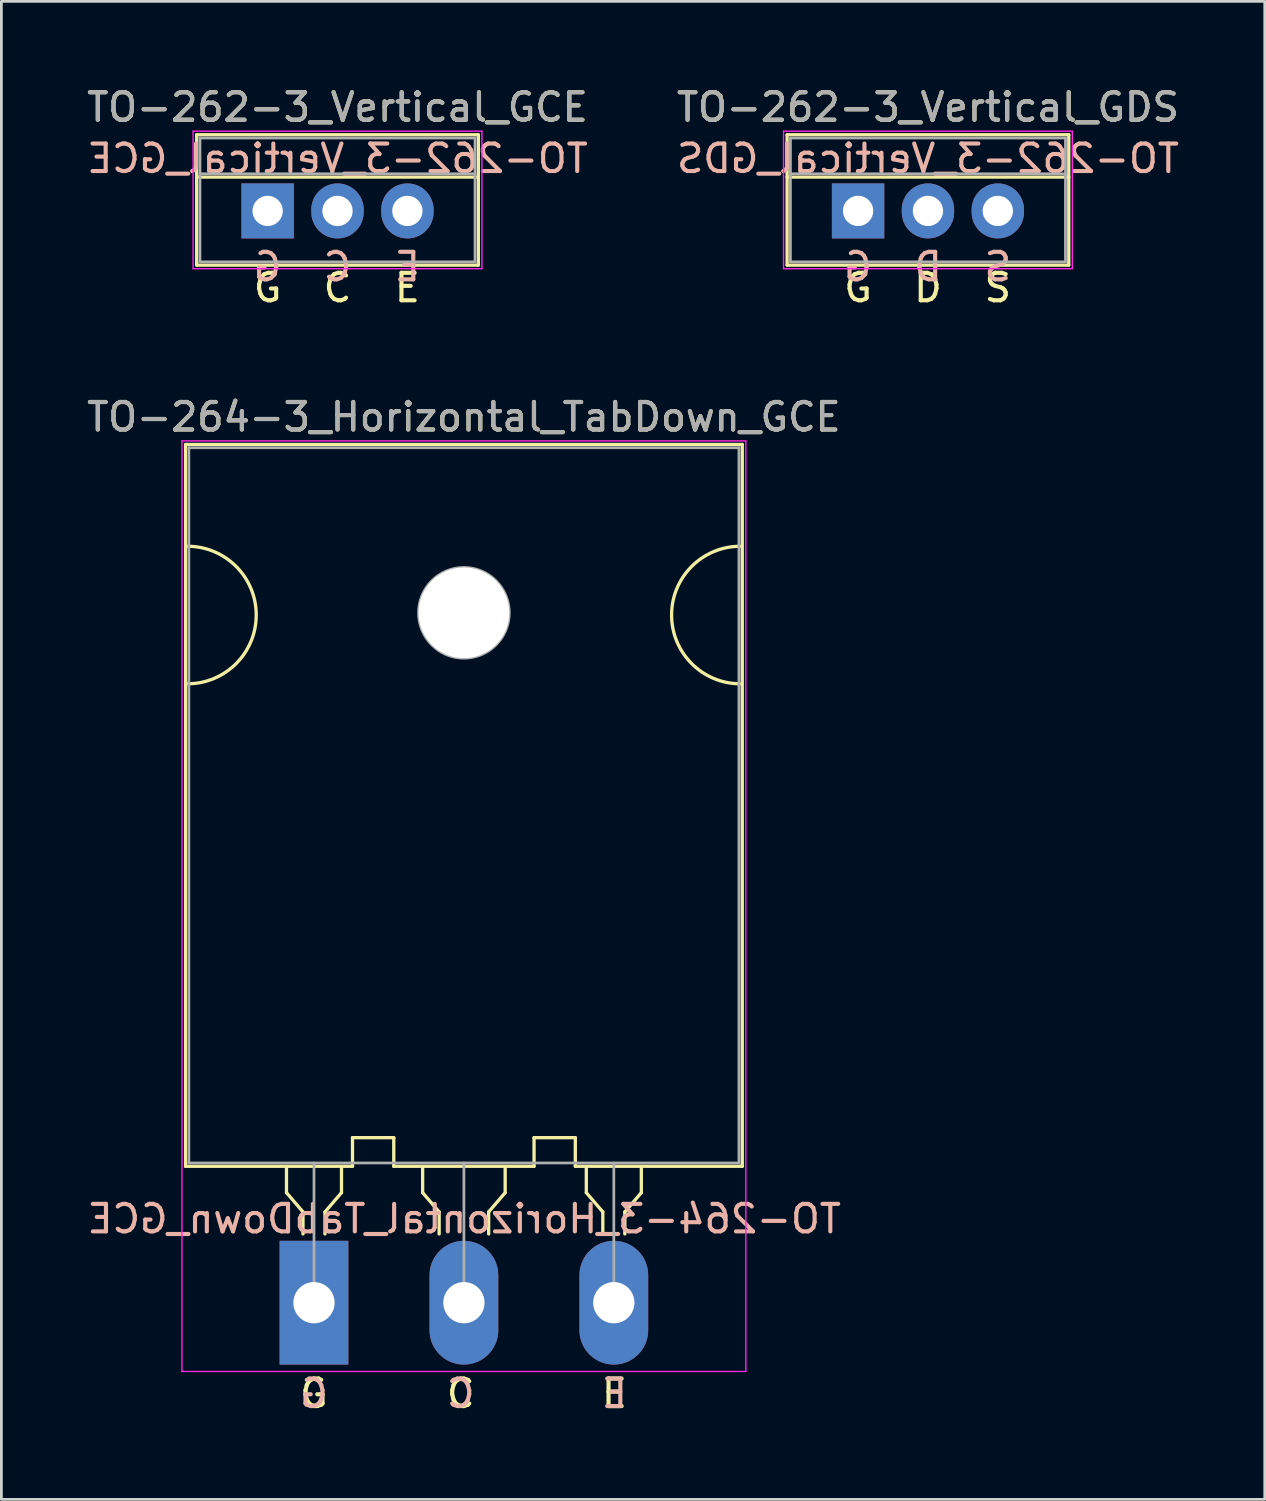
<source format=kicad_pcb>
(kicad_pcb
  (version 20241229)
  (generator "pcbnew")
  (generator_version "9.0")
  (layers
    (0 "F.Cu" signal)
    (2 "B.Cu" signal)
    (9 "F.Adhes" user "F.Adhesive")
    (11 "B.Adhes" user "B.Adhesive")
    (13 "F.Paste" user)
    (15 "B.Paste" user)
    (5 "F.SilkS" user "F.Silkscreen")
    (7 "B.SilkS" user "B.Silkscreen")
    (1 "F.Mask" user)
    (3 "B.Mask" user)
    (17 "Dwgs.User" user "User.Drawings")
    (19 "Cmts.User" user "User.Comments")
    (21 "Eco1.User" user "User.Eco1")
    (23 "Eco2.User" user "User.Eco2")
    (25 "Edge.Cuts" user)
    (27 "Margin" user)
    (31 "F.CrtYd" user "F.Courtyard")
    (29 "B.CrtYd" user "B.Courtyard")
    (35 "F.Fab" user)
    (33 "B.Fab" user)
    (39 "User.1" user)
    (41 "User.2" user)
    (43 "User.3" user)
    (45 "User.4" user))
  (footprint "TO-264-3_Horizontal_TabDown_GCE"
    (layer "F.Cu")
    (at 8.365 44.309)
    (property "Reference" "TO-264-3_Horizontal_TabDown_GCE" (at 5.45 -32.2 0) (layer "F.SilkS") (effects (font (size 1 1) (thickness 0.15))))
    (fp_line (start -4.67 -31.2) (end -4.67 -4.96) (stroke (width 0.12) (type solid)) (layer "F.SilkS"))
    (fp_line (start -4.67 -31.2) (end 15.57 -31.2) (stroke (width 0.12) (type solid)) (layer "F.SilkS"))
    (fp_line (start -4.67 -4.96) (end 1.4 -4.96) (stroke (width 0.12) (type solid)) (layer "F.SilkS"))
    (fp_line (start -1 -4.9) (end -1 -4) (stroke (width 0.12) (type solid)) (layer "F.SilkS"))
    (fp_line (start -1 -4) (end -0.4 -3.3) (stroke (width 0.12) (type solid)) (layer "F.SilkS"))
    (fp_line (start -0.4 -3.3) (end -0.4 -2.5) (stroke (width 0.12) (type solid)) (layer "F.SilkS"))
    (fp_line (start 0.4 -3.3) (end 1 -4) (stroke (width 0.12) (type solid)) (layer "F.SilkS"))
    (fp_line (start 0.4 -2.5) (end 0.4 -3.3) (stroke (width 0.12) (type solid)) (layer "F.SilkS"))
    (fp_line (start 1 -4) (end 1 -4.9) (stroke (width 0.12) (type solid)) (layer "F.SilkS"))
    (fp_line (start 1.4 -6) (end 2.9 -6) (stroke (width 0.12) (type solid)) (layer "F.SilkS"))
    (fp_line (start 1.4 -4.96) (end 1.4 -6) (stroke (width 0.12) (type solid)) (layer "F.SilkS"))
    (fp_line (start 2.9 -6) (end 2.9 -4.96) (stroke (width 0.12) (type solid)) (layer "F.SilkS"))
    (fp_line (start 2.9 -4.96) (end 8 -4.96) (stroke (width 0.12) (type solid)) (layer "F.SilkS"))
    (fp_line (start 3.95 -4.9) (end 3.95 -4) (stroke (width 0.12) (type solid)) (layer "F.SilkS"))
    (fp_line (start 3.95 -4) (end 4.55 -3.3) (stroke (width 0.12) (type solid)) (layer "F.SilkS"))
    (fp_line (start 4.55 -3.3) (end 4.55 -2.5) (stroke (width 0.12) (type solid)) (layer "F.SilkS"))
    (fp_line (start 6.35 -3.3) (end 6.95 -4) (stroke (width 0.12) (type solid)) (layer "F.SilkS"))
    (fp_line (start 6.35 -2.5) (end 6.35 -3.3) (stroke (width 0.12) (type solid)) (layer "F.SilkS"))
    (fp_line (start 6.95 -4) (end 6.95 -4.9) (stroke (width 0.12) (type solid)) (layer "F.SilkS"))
    (fp_line (start 8 -6) (end 8 -4.96) (stroke (width 0.12) (type solid)) (layer "F.SilkS"))
    (fp_line (start 9.5 -6) (end 8 -6) (stroke (width 0.12) (type solid)) (layer "F.SilkS"))
    (fp_line (start 9.5 -4.96) (end 9.5 -6) (stroke (width 0.12) (type solid)) (layer "F.SilkS"))
    (fp_line (start 9.5 -4.96) (end 15.57 -4.96) (stroke (width 0.12) (type solid)) (layer "F.SilkS"))
    (fp_line (start 9.9 -4.9) (end 9.9 -4) (stroke (width 0.12) (type solid)) (layer "F.SilkS"))
    (fp_line (start 9.9 -4) (end 10.5 -3.3) (stroke (width 0.12) (type solid)) (layer "F.SilkS"))
    (fp_line (start 10.5 -3.3) (end 10.5 -2.5) (stroke (width 0.12) (type solid)) (layer "F.SilkS"))
    (fp_line (start 11.3 -3.3) (end 11.9 -4) (stroke (width 0.12) (type solid)) (layer "F.SilkS"))
    (fp_line (start 11.3 -2.5) (end 11.3 -3.3) (stroke (width 0.12) (type solid)) (layer "F.SilkS"))
    (fp_line (start 11.9 -4) (end 11.9 -4.9) (stroke (width 0.12) (type solid)) (layer "F.SilkS"))
    (fp_line (start 15.57 -31.2) (end 15.57 -4.96) (stroke (width 0.12) (type solid)) (layer "F.SilkS"))
    (fp_arc (start -4.6 -27.5) (mid -2.1 -25) (end -4.6 -22.5) (stroke (width 0.12) (type solid)) (layer "F.SilkS"))
    (fp_arc (start 15.5 -22.5) (mid 13 -25) (end 15.5 -27.5) (stroke (width 0.12) (type solid)) (layer "F.SilkS"))
    (fp_line (start -4.8 -31.33) (end -4.8 2.5) (stroke (width 0.05) (type solid)) (layer "F.CrtYd"))
    (fp_line (start -4.8 2.5) (end 15.7 2.5) (stroke (width 0.05) (type solid)) (layer "F.CrtYd"))
    (fp_line (start 15.7 -31.33) (end -4.8 -31.33) (stroke (width 0.05) (type solid)) (layer "F.CrtYd"))
    (fp_line (start 15.7 2.5) (end 15.7 -31.33) (stroke (width 0.05) (type solid)) (layer "F.CrtYd"))
    (fp_line (start -4.55 -31.08) (end 15.45 -31.08) (stroke (width 0.1) (type solid)) (layer "F.Fab"))
    (fp_line (start -4.55 -5.08) (end -4.55 -31.08) (stroke (width 0.1) (type solid)) (layer "F.Fab"))
    (fp_line (start 0 -5.08) (end 0 0) (stroke (width 0.1) (type solid)) (layer "F.Fab"))
    (fp_line (start 5.45 -5.08) (end 5.45 0) (stroke (width 0.1) (type solid)) (layer "F.Fab"))
    (fp_line (start 10.9 -5.08) (end 10.9 0) (stroke (width 0.1) (type solid)) (layer "F.Fab"))
    (fp_line (start 15.45 -31.08) (end 15.45 -5.08) (stroke (width 0.1) (type solid)) (layer "F.Fab"))
    (fp_line (start 15.45 -5.08) (end -4.55 -5.08) (stroke (width 0.1) (type solid)) (layer "F.Fab"))
    (fp_circle (center 5.45 -25.08) (end 7.1 -25.08) (stroke (width 0.1) (type solid)) (fill no) (layer "F.Fab"))
    (fp_text user "E" (at 10.922 3.302 0) (unlocked yes) (layer "F.SilkS") (effects (font (size 1 1) (thickness 0.15))))
    (fp_text user "C" (at 5.334 3.302 0) (unlocked yes) (layer "F.SilkS") (effects (font (size 1 1) (thickness 0.15))))
    (fp_text user "G" (at 0 3.302 0) (unlocked yes) (layer "F.SilkS") (effects (font (size 1 1) (thickness 0.15))))
    (fp_text user "C" (at 5.334 3.302 0) (unlocked yes) (layer "B.SilkS") (effects (font (size 1 1) (thickness 0.15)) (justify mirror)))
    (fp_text user "E" (at 10.922 3.302 0) (unlocked yes) (layer "B.SilkS") (effects (font (size 1 1) (thickness 0.15)) (justify mirror)))
    (fp_text user "G" (at 0 3.302 0) (unlocked yes) (layer "B.SilkS") (effects (font (size 1 1) (thickness 0.15)) (justify mirror)))
    (fp_text user "${REFERENCE}" (at 5.461 -3.048 0) (layer "B.SilkS") (effects (font (size 1 1) (thickness 0.15)) (justify mirror)))
    (fp_text user "${REFERENCE}" (at 5.45 -32.2 0) (layer "F.Fab") (effects (font (size 1 1) (thickness 0.15))))
    (pad "" np_thru_hole oval (at 5.45 -25.08) (size 3.3 3.3) (drill 3.3) (layers "*.Cu" "*.Mask"))
    (pad "1" thru_hole rect (at 0 0) (size 2.5 4.5) (drill 1.5) (layers "*.Cu" "*.Mask"))
    (pad "2" thru_hole oval (at 5.45 0) (size 2.5 4.5) (drill 1.5) (layers "*.Cu" "*.Mask"))
    (pad "3" thru_hole oval (at 10.9 0) (size 2.5 4.5) (drill 1.5) (layers "*.Cu" "*.Mask")))
  (footprint "TO-262-3_Vertical_GDS"
    (layer "F.Cu")
    (at 28.145 4.618)
    (property "Reference" "TO-262-3_Vertical_GDS" (at 2.54 -3.77 0) (layer "F.SilkS") (effects (font (size 1 1) (thickness 0.15))))
    (fp_line (start -2.58 -2.77) (end -2.58 1.971) (stroke (width 0.12) (type solid)) (layer "F.SilkS"))
    (fp_line (start -2.58 -2.77) (end 7.66 -2.77) (stroke (width 0.12) (type solid)) (layer "F.SilkS"))
    (fp_line (start -2.58 -1.23) (end 7.66 -1.23) (stroke (width 0.12) (type solid)) (layer "F.SilkS"))
    (fp_line (start -2.58 1.971) (end 7.66 1.971) (stroke (width 0.12) (type solid)) (layer "F.SilkS"))
    (fp_line (start 7.66 -2.77) (end 7.66 1.971) (stroke (width 0.12) (type solid)) (layer "F.SilkS"))
    (fp_line (start -2.71 -2.9) (end -2.71 2.1) (stroke (width 0.05) (type solid)) (layer "F.CrtYd"))
    (fp_line (start -2.71 2.1) (end 7.79 2.1) (stroke (width 0.05) (type solid)) (layer "F.CrtYd"))
    (fp_line (start 7.79 -2.9) (end -2.71 -2.9) (stroke (width 0.05) (type solid)) (layer "F.CrtYd"))
    (fp_line (start 7.79 2.1) (end 7.79 -2.9) (stroke (width 0.05) (type solid)) (layer "F.CrtYd"))
    (fp_line (start -2.46 -2.65) (end -2.46 1.85) (stroke (width 0.1) (type solid)) (layer "F.Fab"))
    (fp_line (start -2.46 -1.35) (end 7.54 -1.35) (stroke (width 0.1) (type solid)) (layer "F.Fab"))
    (fp_line (start -2.46 1.85) (end 7.54 1.85) (stroke (width 0.1) (type solid)) (layer "F.Fab"))
    (fp_line (start 7.54 -2.65) (end -2.46 -2.65) (stroke (width 0.1) (type solid)) (layer "F.Fab"))
    (fp_line (start 7.54 1.85) (end 7.54 -2.65) (stroke (width 0.1) (type solid)) (layer "F.Fab"))
    (fp_text user "D" (at 2.54 2.794 0) (unlocked yes) (layer "F.SilkS") (effects (font (size 1 1) (thickness 0.15))))
    (fp_text user "S" (at 5.08 2.794 0) (unlocked yes) (layer "F.SilkS") (effects (font (size 1 1) (thickness 0.15))))
    (fp_text user "G" (at 0 2.794 0) (unlocked yes) (layer "F.SilkS") (effects (font (size 1 1) (thickness 0.15))))
    (fp_text user "D" (at 2.54 2.032 0) (unlocked yes) (layer "B.SilkS") (effects (font (size 1 1) (thickness 0.15)) (justify mirror)))
    (fp_text user "G" (at 0 2.032 0) (unlocked yes) (layer "B.SilkS") (effects (font (size 1 1) (thickness 0.15)) (justify mirror)))
    (fp_text user "S" (at 5.08 2.032 0) (unlocked yes) (layer "B.SilkS") (effects (font (size 1 1) (thickness 0.15)) (justify mirror)))
    (fp_text user "${REFERENCE}" (at 2.54 -1.905 0) (layer "B.SilkS") (effects (font (size 1 1) (thickness 0.15)) (justify mirror)))
    (fp_text user "${REFERENCE}" (at 2.54 -3.77 0) (layer "F.Fab") (effects (font (size 1 1) (thickness 0.15))))
    (pad "1" thru_hole rect (at 0 0) (size 1.905 2) (drill 1.1) (layers "*.Cu" "*.Mask"))
    (pad "2" thru_hole oval (at 2.54 0) (size 1.905 2) (drill 1.1) (layers "*.Cu" "*.Mask"))
    (pad "3" thru_hole oval (at 5.08 0) (size 1.905 2) (drill 1.1) (layers "*.Cu" "*.Mask")))
  (footprint "TO-262-3_Vertical_GCE"
    (layer "F.Cu")
    (at 6.68 4.618)
    (property "Reference" "TO-262-3_Vertical_GCE" (at 2.54 -3.77 0) (layer "F.SilkS") (effects (font (size 1 1) (thickness 0.15))))
    (fp_line (start -2.58 -2.77) (end -2.58 1.971) (stroke (width 0.12) (type solid)) (layer "F.SilkS"))
    (fp_line (start -2.58 -2.77) (end 7.66 -2.77) (stroke (width 0.12) (type solid)) (layer "F.SilkS"))
    (fp_line (start -2.58 -1.23) (end 7.66 -1.23) (stroke (width 0.12) (type solid)) (layer "F.SilkS"))
    (fp_line (start -2.58 1.971) (end 7.66 1.971) (stroke (width 0.12) (type solid)) (layer "F.SilkS"))
    (fp_line (start 7.66 -2.77) (end 7.66 1.971) (stroke (width 0.12) (type solid)) (layer "F.SilkS"))
    (fp_line (start -2.71 -2.9) (end -2.71 2.1) (stroke (width 0.05) (type solid)) (layer "F.CrtYd"))
    (fp_line (start -2.71 2.1) (end 7.79 2.1) (stroke (width 0.05) (type solid)) (layer "F.CrtYd"))
    (fp_line (start 7.79 -2.9) (end -2.71 -2.9) (stroke (width 0.05) (type solid)) (layer "F.CrtYd"))
    (fp_line (start 7.79 2.1) (end 7.79 -2.9) (stroke (width 0.05) (type solid)) (layer "F.CrtYd"))
    (fp_line (start -2.46 -2.65) (end -2.46 1.85) (stroke (width 0.1) (type solid)) (layer "F.Fab"))
    (fp_line (start -2.46 -1.35) (end 7.54 -1.35) (stroke (width 0.1) (type solid)) (layer "F.Fab"))
    (fp_line (start -2.46 1.85) (end 7.54 1.85) (stroke (width 0.1) (type solid)) (layer "F.Fab"))
    (fp_line (start 7.54 -2.65) (end -2.46 -2.65) (stroke (width 0.1) (type solid)) (layer "F.Fab"))
    (fp_line (start 7.54 1.85) (end 7.54 -2.65) (stroke (width 0.1) (type solid)) (layer "F.Fab"))
    (fp_text user "G" (at 0 2.794 0) (unlocked yes) (layer "F.SilkS") (effects (font (size 1 1) (thickness 0.15))))
    (fp_text user "C" (at 2.54 2.794 0) (unlocked yes) (layer "F.SilkS") (effects (font (size 1 1) (thickness 0.15))))
    (fp_text user "E" (at 5.08 2.794 0) (unlocked yes) (layer "F.SilkS") (effects (font (size 1 1) (thickness 0.15))))
    (fp_text user "C" (at 2.54 2.032 0) (unlocked yes) (layer "B.SilkS") (effects (font (size 1 1) (thickness 0.15)) (justify mirror)))
    (fp_text user "${REFERENCE}" (at 2.54 -1.905 0) (layer "B.SilkS") (effects (font (size 1 1) (thickness 0.15)) (justify mirror)))
    (fp_text user "E" (at 5.08 2.032 0) (unlocked yes) (layer "B.SilkS") (effects (font (size 1 1) (thickness 0.15)) (justify mirror)))
    (fp_text user "G" (at 0 2.032 0) (unlocked yes) (layer "B.SilkS") (effects (font (size 1 1) (thickness 0.15)) (justify mirror)))
    (fp_text user "${REFERENCE}" (at 2.54 -3.77 0) (layer "F.Fab") (effects (font (size 1 1) (thickness 0.15))))
    (pad "1" thru_hole rect (at 0 0) (size 1.905 2) (drill 1.1) (layers "*.Cu" "*.Mask"))
    (pad "2" thru_hole oval (at 2.54 0) (size 1.905 2) (drill 1.1) (layers "*.Cu" "*.Mask"))
    (pad "3" thru_hole oval (at 5.08 0) (size 1.905 2) (drill 1.1) (layers "*.Cu" "*.Mask")))
  (gr_rect
    (start -3 -3)
    (end 42.929 51.459)
    (stroke (width 0.1) (type default))
    (fill no)
    (layer "Edge.Cuts")))
</source>
